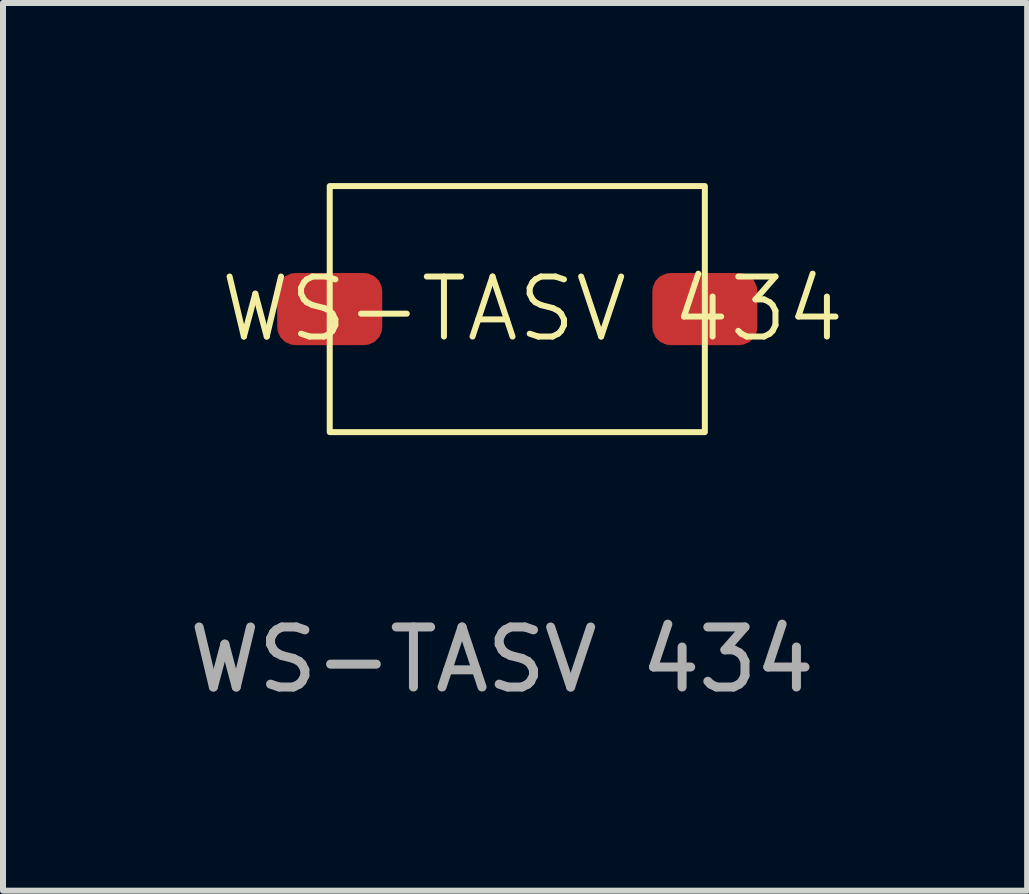
<source format=kicad_pcb>
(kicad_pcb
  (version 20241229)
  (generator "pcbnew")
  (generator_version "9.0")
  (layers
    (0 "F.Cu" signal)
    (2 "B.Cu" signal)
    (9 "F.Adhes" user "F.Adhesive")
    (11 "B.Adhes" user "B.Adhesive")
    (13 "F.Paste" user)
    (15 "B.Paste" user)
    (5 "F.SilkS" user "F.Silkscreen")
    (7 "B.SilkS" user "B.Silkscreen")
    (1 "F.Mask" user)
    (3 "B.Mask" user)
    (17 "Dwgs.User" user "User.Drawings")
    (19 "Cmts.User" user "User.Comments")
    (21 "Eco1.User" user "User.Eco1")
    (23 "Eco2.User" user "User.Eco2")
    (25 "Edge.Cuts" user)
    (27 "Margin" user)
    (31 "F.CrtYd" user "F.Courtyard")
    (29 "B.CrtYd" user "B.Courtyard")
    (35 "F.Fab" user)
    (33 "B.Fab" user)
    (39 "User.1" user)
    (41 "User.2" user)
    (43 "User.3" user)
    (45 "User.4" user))
  (footprint "WS-TASV 434"
    (layer "F.Cu")
    (at 5.569 2.1)
    (property "Reference" "WS-TASV 434" (at 0.254 0 0) (unlocked yes) (layer "F.SilkS") (effects (font (size 1 1) (thickness 0.1))))
    (attr smd)
    (fp_rect (start -3.125 -2.05) (end 3.125 2.05) (stroke (width 0.1) (type default)) (fill no) (layer "F.SilkS"))
    (fp_text user "${REFERENCE}" (at -0.254 5.842 0) (unlocked yes) (layer "F.Fab") (effects (font (size 1 1) (thickness 0.15))))
    (pad "1" smd roundrect (at -3.125 0) (size 1.75 1.2) (layers "F.Cu" "F.Mask" "F.Paste") (roundrect_rratio 0.25))
    (pad "2" smd roundrect (at 3.125 0) (size 1.75 1.2) (layers "F.Cu" "F.Mask" "F.Paste") (roundrect_rratio 0.25)))
  (gr_rect
    (start -3 -3)
    (end 14.064 11.79)
    (stroke (width 0.1) (type default))
    (fill no)
    (layer "Edge.Cuts")))
</source>
